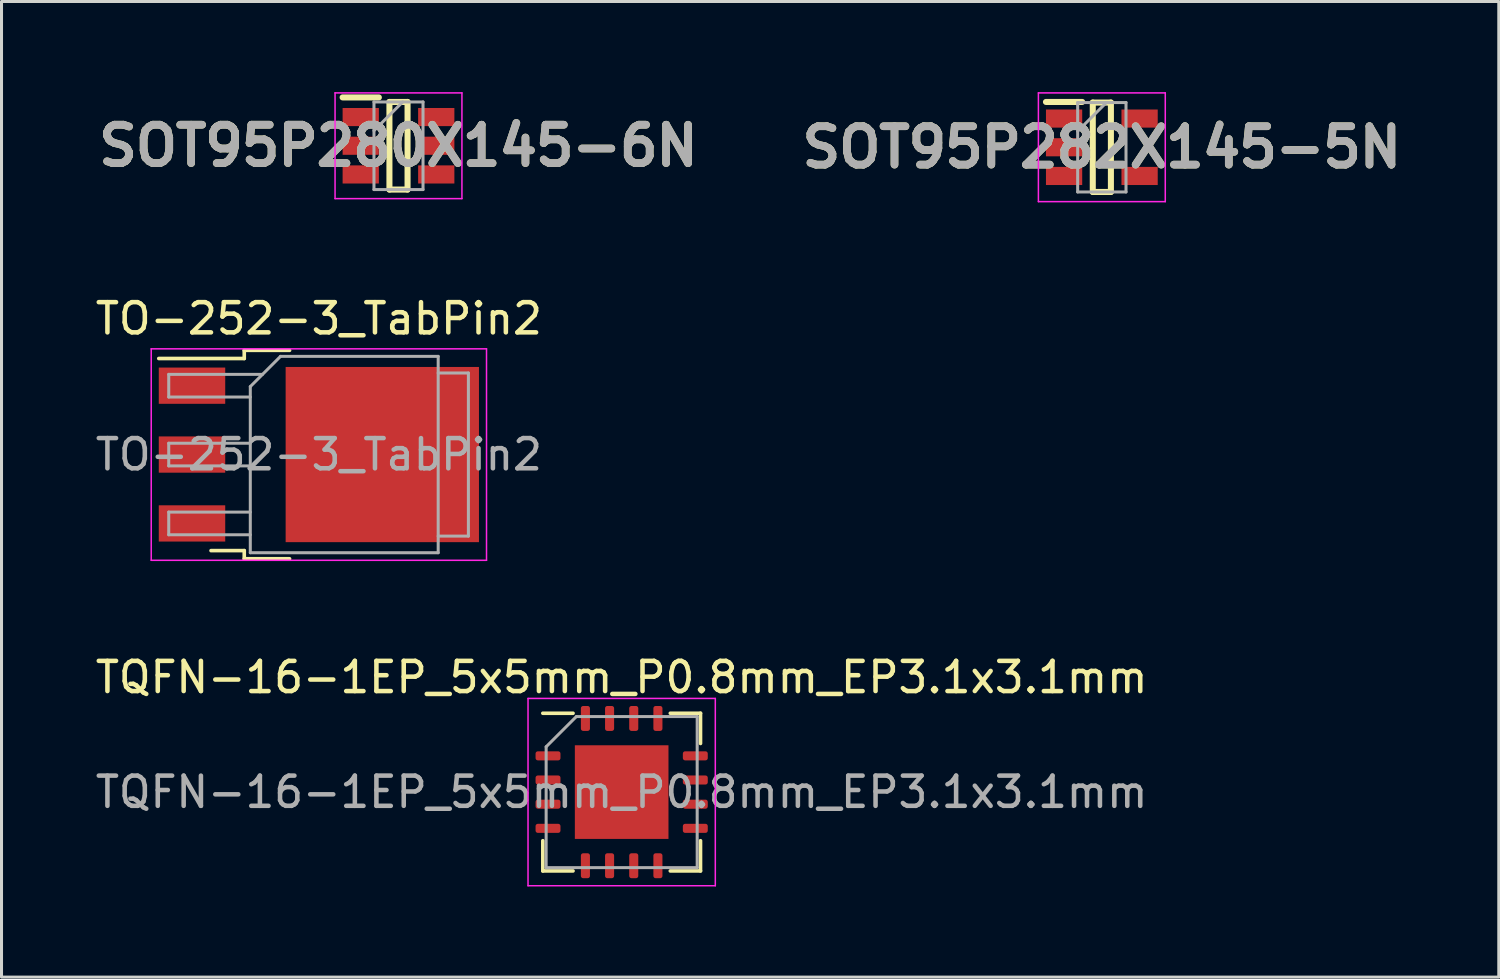
<source format=kicad_pcb>
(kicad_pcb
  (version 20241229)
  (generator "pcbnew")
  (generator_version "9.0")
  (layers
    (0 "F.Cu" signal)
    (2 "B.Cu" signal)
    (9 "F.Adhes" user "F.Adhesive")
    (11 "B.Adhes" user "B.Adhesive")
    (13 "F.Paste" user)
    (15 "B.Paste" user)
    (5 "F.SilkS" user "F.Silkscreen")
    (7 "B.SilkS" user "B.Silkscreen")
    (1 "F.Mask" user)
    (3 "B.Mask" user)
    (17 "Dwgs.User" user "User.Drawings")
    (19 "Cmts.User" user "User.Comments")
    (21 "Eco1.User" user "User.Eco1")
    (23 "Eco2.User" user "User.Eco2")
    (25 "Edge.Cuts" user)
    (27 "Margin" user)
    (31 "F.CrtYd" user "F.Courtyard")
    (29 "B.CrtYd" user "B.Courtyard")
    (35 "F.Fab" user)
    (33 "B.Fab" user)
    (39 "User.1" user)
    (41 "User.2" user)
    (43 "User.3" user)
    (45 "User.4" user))
  (footprint "TO-252-3_TabPin2"
    (layer "F.Cu")
    (at 7.506 11.998)
    (property "Reference" "TO-252-3_TabPin2" (at 0 -4.5 0) (layer "F.SilkS") (effects (font (size 1 1) (thickness 0.15))))
    (attr smd)
    (fp_line (start -2.47 -3.45) (end -2.47 -3.18) (stroke (width 0.12) (type solid)) (layer "F.SilkS"))
    (fp_line (start -2.47 -3.18) (end -5.3 -3.18) (stroke (width 0.12) (type solid)) (layer "F.SilkS"))
    (fp_line (start -2.47 3.18) (end -3.57 3.18) (stroke (width 0.12) (type solid)) (layer "F.SilkS"))
    (fp_line (start -2.47 3.45) (end -2.47 3.18) (stroke (width 0.12) (type solid)) (layer "F.SilkS"))
    (fp_line (start -0.97 -3.45) (end -2.47 -3.45) (stroke (width 0.12) (type solid)) (layer "F.SilkS"))
    (fp_line (start -0.97 3.45) (end -2.47 3.45) (stroke (width 0.12) (type solid)) (layer "F.SilkS"))
    (fp_line (start -5.55 -3.5) (end -5.55 3.5) (stroke (width 0.05) (type solid)) (layer "F.CrtYd"))
    (fp_line (start -5.55 3.5) (end 5.55 3.5) (stroke (width 0.05) (type solid)) (layer "F.CrtYd"))
    (fp_line (start 5.55 -3.5) (end -5.55 -3.5) (stroke (width 0.05) (type solid)) (layer "F.CrtYd"))
    (fp_line (start 5.55 3.5) (end 5.55 -3.5) (stroke (width 0.05) (type solid)) (layer "F.CrtYd"))
    (fp_line (start -4.97 -2.655) (end -4.97 -1.905) (stroke (width 0.1) (type solid)) (layer "F.Fab"))
    (fp_line (start -4.97 -1.905) (end -2.27 -1.905) (stroke (width 0.1) (type solid)) (layer "F.Fab"))
    (fp_line (start -4.97 -0.375) (end -4.97 0.375) (stroke (width 0.1) (type solid)) (layer "F.Fab"))
    (fp_line (start -4.97 0.375) (end -2.27 0.375) (stroke (width 0.1) (type solid)) (layer "F.Fab"))
    (fp_line (start -4.97 1.905) (end -4.97 2.655) (stroke (width 0.1) (type solid)) (layer "F.Fab"))
    (fp_line (start -4.97 2.655) (end -2.27 2.655) (stroke (width 0.1) (type solid)) (layer "F.Fab"))
    (fp_line (start -2.27 -2.25) (end -1.27 -3.25) (stroke (width 0.1) (type solid)) (layer "F.Fab"))
    (fp_line (start -2.27 -0.375) (end -4.97 -0.375) (stroke (width 0.1) (type solid)) (layer "F.Fab"))
    (fp_line (start -2.27 1.905) (end -4.97 1.905) (stroke (width 0.1) (type solid)) (layer "F.Fab"))
    (fp_line (start -2.27 3.25) (end -2.27 -2.25) (stroke (width 0.1) (type solid)) (layer "F.Fab"))
    (fp_line (start -1.865 -2.655) (end -4.97 -2.655) (stroke (width 0.1) (type solid)) (layer "F.Fab"))
    (fp_line (start -1.27 -3.25) (end 3.95 -3.25) (stroke (width 0.1) (type solid)) (layer "F.Fab"))
    (fp_line (start 3.95 -3.25) (end 3.95 3.25) (stroke (width 0.1) (type solid)) (layer "F.Fab"))
    (fp_line (start 3.95 -2.7) (end 4.95 -2.7) (stroke (width 0.1) (type solid)) (layer "F.Fab"))
    (fp_line (start 3.95 3.25) (end -2.27 3.25) (stroke (width 0.1) (type solid)) (layer "F.Fab"))
    (fp_line (start 4.95 -2.7) (end 4.95 2.7) (stroke (width 0.1) (type solid)) (layer "F.Fab"))
    (fp_line (start 4.95 2.7) (end 3.95 2.7) (stroke (width 0.1) (type solid)) (layer "F.Fab"))
    (fp_text user "${REFERENCE}" (at 0 0 0) (layer "F.Fab") (effects (font (size 1 1) (thickness 0.15))))
    (pad "" smd rect (at 0.425 -1.525) (size 3.05 2.75) (layers "F.Paste"))
    (pad "" smd rect (at 0.425 1.525) (size 3.05 2.75) (layers "F.Paste"))
    (pad "" smd rect (at 3.775 -1.525) (size 3.05 2.75) (layers "F.Paste"))
    (pad "" smd rect (at 3.775 1.525) (size 3.05 2.75) (layers "F.Paste"))
    (pad "1" smd rect (at -4.2 -2.28) (size 2.2 1.2) (layers "F.Cu" "F.Mask" "F.Paste"))
    (pad "2" smd rect (at -4.2 0) (size 2.2 1.2) (layers "F.Cu" "F.Mask" "F.Paste"))
    (pad "2" smd rect (at 2.1 0) (size 6.4 5.8) (layers "F.Cu" "F.Mask"))
    (pad "3" smd rect (at -4.2 2.28) (size 2.2 1.2) (layers "F.Cu" "F.Mask" "F.Paste")))
  (footprint "SOT95P280X145-6N"
    (layer "F.Cu")
    (at 10.142 1.775)
    (property "Reference" "SOT95P280X145-6N" (at 0 0 0) (layer "F.SilkS") (effects (font (size 1.27 1.27) (thickness 0.254))))
    (attr smd)
    (fp_line (start -1.85 -1.6) (end -0.65 -1.6) (stroke (width 0.2) (type solid)) (layer "F.SilkS"))
    (fp_line (start -0.3 -1.45) (end 0.3 -1.45) (stroke (width 0.2) (type solid)) (layer "F.SilkS"))
    (fp_line (start -0.3 1.45) (end -0.3 -1.45) (stroke (width 0.2) (type solid)) (layer "F.SilkS"))
    (fp_line (start 0.3 -1.45) (end 0.3 1.45) (stroke (width 0.2) (type solid)) (layer "F.SilkS"))
    (fp_line (start 0.3 1.45) (end -0.3 1.45) (stroke (width 0.2) (type solid)) (layer "F.SilkS"))
    (fp_line (start -2.1 -1.75) (end 2.1 -1.75) (stroke (width 0.05) (type solid)) (layer "F.CrtYd"))
    (fp_line (start -2.1 1.75) (end -2.1 -1.75) (stroke (width 0.05) (type solid)) (layer "F.CrtYd"))
    (fp_line (start 2.1 -1.75) (end 2.1 1.75) (stroke (width 0.05) (type solid)) (layer "F.CrtYd"))
    (fp_line (start 2.1 1.75) (end -2.1 1.75) (stroke (width 0.05) (type solid)) (layer "F.CrtYd"))
    (fp_line (start -0.812 -1.45) (end 0.812 -1.45) (stroke (width 0.1) (type solid)) (layer "F.Fab"))
    (fp_line (start -0.812 -0.5) (end 0.138 -1.45) (stroke (width 0.1) (type solid)) (layer "F.Fab"))
    (fp_line (start -0.812 1.45) (end -0.812 -1.45) (stroke (width 0.1) (type solid)) (layer "F.Fab"))
    (fp_line (start 0.812 -1.45) (end 0.812 1.45) (stroke (width 0.1) (type solid)) (layer "F.Fab"))
    (fp_line (start 0.812 1.45) (end -0.812 1.45) (stroke (width 0.1) (type solid)) (layer "F.Fab"))
    (fp_text user "${REFERENCE}" (at 0 0 0) (layer "F.Fab") (effects (font (size 1.27 1.27) (thickness 0.254))))
    (pad "1" smd rect (at -1.25 -0.95 90) (size 0.6 1.2) (layers "F.Cu" "F.Mask" "F.Paste"))
    (pad "2" smd rect (at -1.25 0 90) (size 0.6 1.2) (layers "F.Cu" "F.Mask" "F.Paste"))
    (pad "3" smd rect (at -1.25 0.95 90) (size 0.6 1.2) (layers "F.Cu" "F.Mask" "F.Paste"))
    (pad "4" smd rect (at 1.25 0.95 90) (size 0.6 1.2) (layers "F.Cu" "F.Mask" "F.Paste"))
    (pad "5" smd rect (at 1.25 0 90) (size 0.6 1.2) (layers "F.Cu" "F.Mask" "F.Paste"))
    (pad "6" smd rect (at 1.25 -0.95 90) (size 0.6 1.2) (layers "F.Cu" "F.Mask" "F.Paste")))
  (footprint "SOT95P282X145-5N"
    (layer "F.Cu")
    (at 33.426 1.825)
    (property "Reference" "SOT95P282X145-5N" (at 0 0 0) (layer "F.SilkS") (effects (font (size 1.27 1.27) (thickness 0.254))))
    (attr smd)
    (fp_line (start -1.85 -1.5) (end -0.65 -1.5) (stroke (width 0.2) (type solid)) (layer "F.SilkS"))
    (fp_line (start -0.3 -1.48) (end 0.3 -1.48) (stroke (width 0.2) (type solid)) (layer "F.SilkS"))
    (fp_line (start -0.3 1.48) (end -0.3 -1.48) (stroke (width 0.2) (type solid)) (layer "F.SilkS"))
    (fp_line (start 0.3 -1.48) (end 0.3 1.48) (stroke (width 0.2) (type solid)) (layer "F.SilkS"))
    (fp_line (start 0.3 1.48) (end -0.3 1.48) (stroke (width 0.2) (type solid)) (layer "F.SilkS"))
    (fp_line (start -2.1 -1.8) (end 2.1 -1.8) (stroke (width 0.05) (type solid)) (layer "F.CrtYd"))
    (fp_line (start -2.1 1.8) (end -2.1 -1.8) (stroke (width 0.05) (type solid)) (layer "F.CrtYd"))
    (fp_line (start 2.1 -1.8) (end 2.1 1.8) (stroke (width 0.05) (type solid)) (layer "F.CrtYd"))
    (fp_line (start 2.1 1.8) (end -2.1 1.8) (stroke (width 0.05) (type solid)) (layer "F.CrtYd"))
    (fp_line (start -0.8 -1.48) (end 0.8 -1.48) (stroke (width 0.1) (type solid)) (layer "F.Fab"))
    (fp_line (start -0.8 -0.53) (end 0.15 -1.48) (stroke (width 0.1) (type solid)) (layer "F.Fab"))
    (fp_line (start -0.8 1.48) (end -0.8 -1.48) (stroke (width 0.1) (type solid)) (layer "F.Fab"))
    (fp_line (start 0.8 -1.48) (end 0.8 1.48) (stroke (width 0.1) (type solid)) (layer "F.Fab"))
    (fp_line (start 0.8 1.48) (end -0.8 1.48) (stroke (width 0.1) (type solid)) (layer "F.Fab"))
    (fp_text user "${REFERENCE}" (at 0 0 0) (layer "F.Fab") (effects (font (size 1.27 1.27) (thickness 0.254))))
    (pad "1" smd rect (at -1.25 -0.95 90) (size 0.6 1.2) (layers "F.Cu" "F.Mask" "F.Paste"))
    (pad "2" smd rect (at -1.25 0 90) (size 0.6 1.2) (layers "F.Cu" "F.Mask" "F.Paste"))
    (pad "3" smd rect (at -1.25 0.95 90) (size 0.6 1.2) (layers "F.Cu" "F.Mask" "F.Paste"))
    (pad "4" smd rect (at 1.25 0.95 90) (size 0.6 1.2) (layers "F.Cu" "F.Mask" "F.Paste"))
    (pad "5" smd rect (at 1.25 -0.95 90) (size 0.6 1.2) (layers "F.Cu" "F.Mask" "F.Paste")))
  (footprint "TQFN-16-1EP_5x5mm_P0.8mm_EP3.1x3.1mm"
    (layer "F.Cu")
    (at 17.53 23.172)
    (property "Reference" "TQFN-16-1EP_5x5mm_P0.8mm_EP3.1x3.1mm" (at 0 -3.8 0) (layer "F.SilkS") (effects (font (size 1 1) (thickness 0.15))))
    (attr smd)
    (fp_line (start -2.61 2.61) (end -2.61 1.61) (stroke (width 0.12) (type solid)) (layer "F.SilkS"))
    (fp_line (start -1.61 -2.61) (end -2.61 -2.61) (stroke (width 0.12) (type solid)) (layer "F.SilkS"))
    (fp_line (start -1.61 2.61) (end -2.61 2.61) (stroke (width 0.12) (type solid)) (layer "F.SilkS"))
    (fp_line (start 1.61 -2.61) (end 2.61 -2.61) (stroke (width 0.12) (type solid)) (layer "F.SilkS"))
    (fp_line (start 1.61 2.61) (end 2.61 2.61) (stroke (width 0.12) (type solid)) (layer "F.SilkS"))
    (fp_line (start 2.61 -2.61) (end 2.61 -1.61) (stroke (width 0.12) (type solid)) (layer "F.SilkS"))
    (fp_line (start 2.61 2.61) (end 2.61 1.61) (stroke (width 0.12) (type solid)) (layer "F.SilkS"))
    (fp_line (start -3.1 -3.1) (end -3.1 3.1) (stroke (width 0.05) (type solid)) (layer "F.CrtYd"))
    (fp_line (start -3.1 3.1) (end 3.1 3.1) (stroke (width 0.05) (type solid)) (layer "F.CrtYd"))
    (fp_line (start 3.1 -3.1) (end -3.1 -3.1) (stroke (width 0.05) (type solid)) (layer "F.CrtYd"))
    (fp_line (start 3.1 3.1) (end 3.1 -3.1) (stroke (width 0.05) (type solid)) (layer "F.CrtYd"))
    (fp_line (start -2.5 -1.5) (end -1.5 -2.5) (stroke (width 0.1) (type solid)) (layer "F.Fab"))
    (fp_line (start -2.5 2.5) (end -2.5 -1.5) (stroke (width 0.1) (type solid)) (layer "F.Fab"))
    (fp_line (start -1.5 -2.5) (end 2.5 -2.5) (stroke (width 0.1) (type solid)) (layer "F.Fab"))
    (fp_line (start 2.5 -2.5) (end 2.5 2.5) (stroke (width 0.1) (type solid)) (layer "F.Fab"))
    (fp_line (start 2.5 2.5) (end -2.5 2.5) (stroke (width 0.1) (type solid)) (layer "F.Fab"))
    (fp_text user "${REFERENCE}" (at 0 0 0) (layer "F.Fab") (effects (font (size 1 1) (thickness 0.15))))
    (pad "" smd roundrect (at -0.775 -0.775) (size 1.25 1.25) (layers "F.Paste") (roundrect_rratio 0.2))
    (pad "" smd roundrect (at -0.775 0.775) (size 1.25 1.25) (layers "F.Paste") (roundrect_rratio 0.2))
    (pad "" smd roundrect (at 0.775 -0.775) (size 1.25 1.25) (layers "F.Paste") (roundrect_rratio 0.2))
    (pad "" smd roundrect (at 0.775 0.775) (size 1.25 1.25) (layers "F.Paste") (roundrect_rratio 0.2))
    (pad "1" smd roundrect (at -2.438 -1.2) (size 0.825 0.3) (layers "F.Cu" "F.Mask" "F.Paste") (roundrect_rratio 0.25))
    (pad "2" smd roundrect (at -2.438 -0.4) (size 0.825 0.3) (layers "F.Cu" "F.Mask" "F.Paste") (roundrect_rratio 0.25))
    (pad "3" smd roundrect (at -2.438 0.4) (size 0.825 0.3) (layers "F.Cu" "F.Mask" "F.Paste") (roundrect_rratio 0.25))
    (pad "4" smd roundrect (at -2.438 1.2) (size 0.825 0.3) (layers "F.Cu" "F.Mask" "F.Paste") (roundrect_rratio 0.25))
    (pad "5" smd roundrect (at -1.2 2.438) (size 0.3 0.825) (layers "F.Cu" "F.Mask" "F.Paste") (roundrect_rratio 0.25))
    (pad "6" smd roundrect (at -0.4 2.438) (size 0.3 0.825) (layers "F.Cu" "F.Mask" "F.Paste") (roundrect_rratio 0.25))
    (pad "7" smd roundrect (at 0.4 2.438) (size 0.3 0.825) (layers "F.Cu" "F.Mask" "F.Paste") (roundrect_rratio 0.25))
    (pad "8" smd roundrect (at 1.2 2.438) (size 0.3 0.825) (layers "F.Cu" "F.Mask" "F.Paste") (roundrect_rratio 0.25))
    (pad "9" smd roundrect (at 2.438 1.2) (size 0.825 0.3) (layers "F.Cu" "F.Mask" "F.Paste") (roundrect_rratio 0.25))
    (pad "10" smd roundrect (at 2.438 0.4) (size 0.825 0.3) (layers "F.Cu" "F.Mask" "F.Paste") (roundrect_rratio 0.25))
    (pad "11" smd roundrect (at 2.438 -0.4) (size 0.825 0.3) (layers "F.Cu" "F.Mask" "F.Paste") (roundrect_rratio 0.25))
    (pad "12" smd roundrect (at 2.438 -1.2) (size 0.825 0.3) (layers "F.Cu" "F.Mask" "F.Paste") (roundrect_rratio 0.25))
    (pad "13" smd roundrect (at 1.2 -2.438) (size 0.3 0.825) (layers "F.Cu" "F.Mask" "F.Paste") (roundrect_rratio 0.25))
    (pad "14" smd roundrect (at 0.4 -2.438) (size 0.3 0.825) (layers "F.Cu" "F.Mask" "F.Paste") (roundrect_rratio 0.25))
    (pad "15" smd roundrect (at -0.4 -2.438) (size 0.3 0.825) (layers "F.Cu" "F.Mask" "F.Paste") (roundrect_rratio 0.25))
    (pad "16" smd roundrect (at -1.2 -2.438) (size 0.3 0.825) (layers "F.Cu" "F.Mask" "F.Paste") (roundrect_rratio 0.25))
    (pad "17" smd rect (at 0 0) (size 3.1 3.1) (layers "F.Cu" "F.Mask")))
  (gr_rect
    (start -3 -3)
    (end 46.567 29.297)
    (stroke (width 0.1) (type default))
    (fill no)
    (layer "Edge.Cuts")))
</source>
